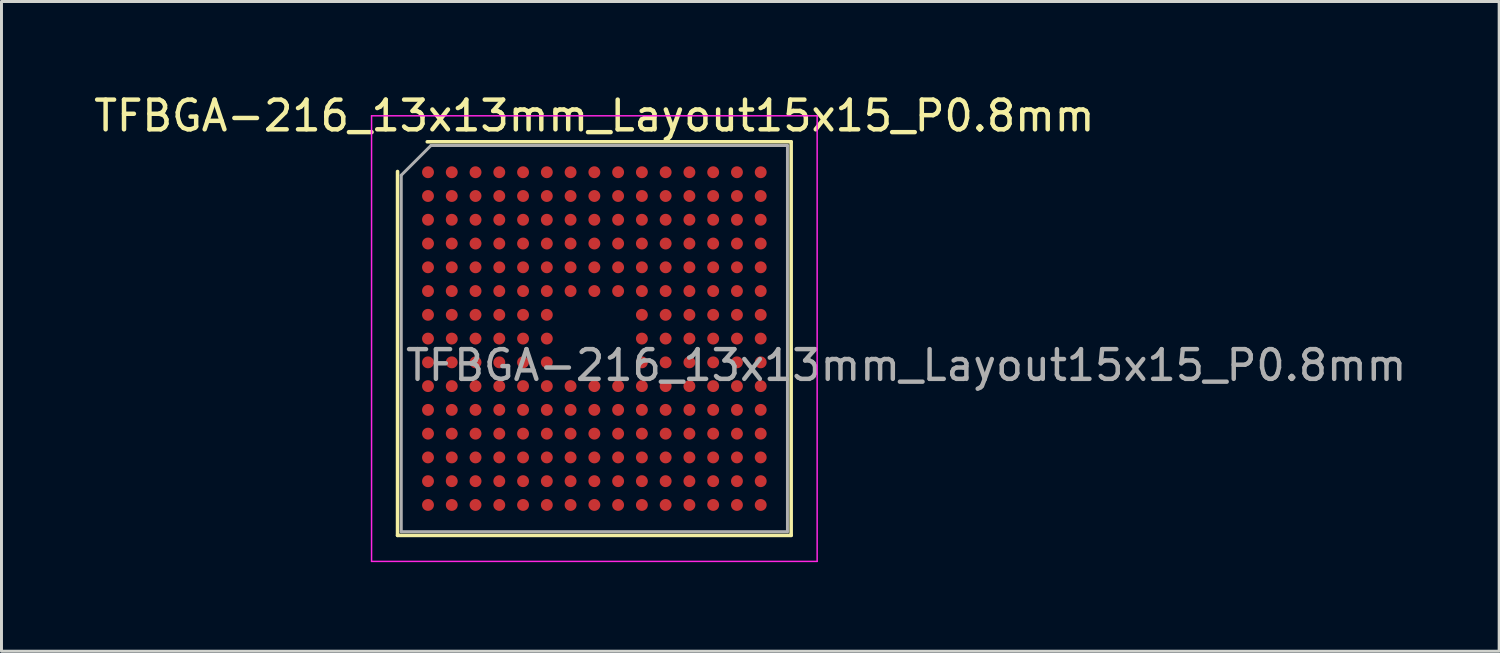
<source format=kicad_pcb>
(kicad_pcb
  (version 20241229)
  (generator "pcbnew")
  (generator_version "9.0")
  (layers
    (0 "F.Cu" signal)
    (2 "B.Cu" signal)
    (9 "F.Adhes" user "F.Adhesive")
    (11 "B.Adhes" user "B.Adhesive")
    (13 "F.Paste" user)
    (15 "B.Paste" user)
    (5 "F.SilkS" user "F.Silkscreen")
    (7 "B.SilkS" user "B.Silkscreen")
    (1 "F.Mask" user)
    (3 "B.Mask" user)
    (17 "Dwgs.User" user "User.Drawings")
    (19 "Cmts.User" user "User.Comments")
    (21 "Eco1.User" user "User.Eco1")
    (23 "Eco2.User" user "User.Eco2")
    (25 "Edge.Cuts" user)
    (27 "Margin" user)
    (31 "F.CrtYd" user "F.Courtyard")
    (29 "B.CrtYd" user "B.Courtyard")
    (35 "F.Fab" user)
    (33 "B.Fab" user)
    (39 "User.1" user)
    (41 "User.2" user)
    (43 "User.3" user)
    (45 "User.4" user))
  (footprint "TFBGA-216_13x13mm_Layout15x15_P0.8mm"
    (layer "F.Cu")
    (at 16.958 8.348)
    (property "Reference" "TFBGA-216_13x13mm_Layout15x15_P0.8mm" (at 0 -7.5 0) (layer "F.SilkS") (effects (font (size 1 1) (thickness 0.15))))
    (attr smd)
    (fp_line (start -6.625 6.625) (end -6.625 -5.625) (stroke (width 0.12) (type solid)) (layer "F.SilkS"))
    (fp_line (start -5.625 -6.625) (end 6.625 -6.625) (stroke (width 0.12) (type solid)) (layer "F.SilkS"))
    (fp_line (start 6.625 -6.625) (end 6.625 6.625) (stroke (width 0.12) (type solid)) (layer "F.SilkS"))
    (fp_line (start 6.625 6.625) (end -6.625 6.625) (stroke (width 0.12) (type solid)) (layer "F.SilkS"))
    (fp_line (start -7.5 -7.5) (end -7.5 7.5) (stroke (width 0.05) (type solid)) (layer "F.CrtYd"))
    (fp_line (start -7.5 7.5) (end 7.5 7.5) (stroke (width 0.05) (type solid)) (layer "F.CrtYd"))
    (fp_line (start 7.5 -7.5) (end -7.5 -7.5) (stroke (width 0.05) (type solid)) (layer "F.CrtYd"))
    (fp_line (start 7.5 7.5) (end 7.5 -7.5) (stroke (width 0.05) (type solid)) (layer "F.CrtYd"))
    (fp_line (start -6.5 -5.5) (end -5.5 -6.5) (stroke (width 0.1) (type solid)) (layer "F.Fab"))
    (fp_line (start -6.5 6.5) (end -6.5 -5.5) (stroke (width 0.1) (type solid)) (layer "F.Fab"))
    (fp_line (start -5.5 -6.5) (end 6.5 -6.5) (stroke (width 0.1) (type solid)) (layer "F.Fab"))
    (fp_line (start 6.5 -6.5) (end 6.5 6.5) (stroke (width 0.1) (type solid)) (layer "F.Fab"))
    (fp_line (start 6.5 6.5) (end -6.5 6.5) (stroke (width 0.1) (type solid)) (layer "F.Fab"))
    (fp_text user "${REFERENCE}" (at 10.5 0.9 0) (layer "F.Fab") (effects (font (size 1 1) (thickness 0.15))))
    (pad "A1" smd circle (at -5.6 -5.6) (size 0.4 0.4) (layers "F.Cu" "F.Mask" "F.Paste"))
    (pad "A2" smd circle (at -4.8 -5.6) (size 0.4 0.4) (layers "F.Cu" "F.Mask" "F.Paste"))
    (pad "A3" smd circle (at -4 -5.6) (size 0.4 0.4) (layers "F.Cu" "F.Mask" "F.Paste"))
    (pad "A4" smd circle (at -3.2 -5.6) (size 0.4 0.4) (layers "F.Cu" "F.Mask" "F.Paste"))
    (pad "A5" smd circle (at -2.4 -5.6) (size 0.4 0.4) (layers "F.Cu" "F.Mask" "F.Paste"))
    (pad "A6" smd circle (at -1.6 -5.6) (size 0.4 0.4) (layers "F.Cu" "F.Mask" "F.Paste"))
    (pad "A7" smd circle (at -0.8 -5.6) (size 0.4 0.4) (layers "F.Cu" "F.Mask" "F.Paste"))
    (pad "A8" smd circle (at 0 -5.6) (size 0.4 0.4) (layers "F.Cu" "F.Mask" "F.Paste"))
    (pad "A9" smd circle (at 0.8 -5.6) (size 0.4 0.4) (layers "F.Cu" "F.Mask" "F.Paste"))
    (pad "A10" smd circle (at 1.6 -5.6) (size 0.4 0.4) (layers "F.Cu" "F.Mask" "F.Paste"))
    (pad "A11" smd circle (at 2.4 -5.6) (size 0.4 0.4) (layers "F.Cu" "F.Mask" "F.Paste"))
    (pad "A12" smd circle (at 3.2 -5.6) (size 0.4 0.4) (layers "F.Cu" "F.Mask" "F.Paste"))
    (pad "A13" smd circle (at 4 -5.6) (size 0.4 0.4) (layers "F.Cu" "F.Mask" "F.Paste"))
    (pad "A14" smd circle (at 4.8 -5.6) (size 0.4 0.4) (layers "F.Cu" "F.Mask" "F.Paste"))
    (pad "A15" smd circle (at 5.6 -5.6) (size 0.4 0.4) (layers "F.Cu" "F.Mask" "F.Paste"))
    (pad "B1" smd circle (at -5.6 -4.8) (size 0.4 0.4) (layers "F.Cu" "F.Mask" "F.Paste"))
    (pad "B2" smd circle (at -4.8 -4.8) (size 0.4 0.4) (layers "F.Cu" "F.Mask" "F.Paste"))
    (pad "B3" smd circle (at -4 -4.8) (size 0.4 0.4) (layers "F.Cu" "F.Mask" "F.Paste"))
    (pad "B4" smd circle (at -3.2 -4.8) (size 0.4 0.4) (layers "F.Cu" "F.Mask" "F.Paste"))
    (pad "B5" smd circle (at -2.4 -4.8) (size 0.4 0.4) (layers "F.Cu" "F.Mask" "F.Paste"))
    (pad "B6" smd circle (at -1.6 -4.8) (size 0.4 0.4) (layers "F.Cu" "F.Mask" "F.Paste"))
    (pad "B7" smd circle (at -0.8 -4.8) (size 0.4 0.4) (layers "F.Cu" "F.Mask" "F.Paste"))
    (pad "B8" smd circle (at 0 -4.8) (size 0.4 0.4) (layers "F.Cu" "F.Mask" "F.Paste"))
    (pad "B9" smd circle (at 0.8 -4.8) (size 0.4 0.4) (layers "F.Cu" "F.Mask" "F.Paste"))
    (pad "B10" smd circle (at 1.6 -4.8) (size 0.4 0.4) (layers "F.Cu" "F.Mask" "F.Paste"))
    (pad "B11" smd circle (at 2.4 -4.8) (size 0.4 0.4) (layers "F.Cu" "F.Mask" "F.Paste"))
    (pad "B12" smd circle (at 3.2 -4.8) (size 0.4 0.4) (layers "F.Cu" "F.Mask" "F.Paste"))
    (pad "B13" smd circle (at 4 -4.8) (size 0.4 0.4) (layers "F.Cu" "F.Mask" "F.Paste"))
    (pad "B14" smd circle (at 4.8 -4.8) (size 0.4 0.4) (layers "F.Cu" "F.Mask" "F.Paste"))
    (pad "B15" smd circle (at 5.6 -4.8) (size 0.4 0.4) (layers "F.Cu" "F.Mask" "F.Paste"))
    (pad "C1" smd circle (at -5.6 -4) (size 0.4 0.4) (layers "F.Cu" "F.Mask" "F.Paste"))
    (pad "C2" smd circle (at -4.8 -4) (size 0.4 0.4) (layers "F.Cu" "F.Mask" "F.Paste"))
    (pad "C3" smd circle (at -4 -4) (size 0.4 0.4) (layers "F.Cu" "F.Mask" "F.Paste"))
    (pad "C4" smd circle (at -3.2 -4) (size 0.4 0.4) (layers "F.Cu" "F.Mask" "F.Paste"))
    (pad "C5" smd circle (at -2.4 -4) (size 0.4 0.4) (layers "F.Cu" "F.Mask" "F.Paste"))
    (pad "C6" smd circle (at -1.6 -4) (size 0.4 0.4) (layers "F.Cu" "F.Mask" "F.Paste"))
    (pad "C7" smd circle (at -0.8 -4) (size 0.4 0.4) (layers "F.Cu" "F.Mask" "F.Paste"))
    (pad "C8" smd circle (at 0 -4) (size 0.4 0.4) (layers "F.Cu" "F.Mask" "F.Paste"))
    (pad "C9" smd circle (at 0.8 -4) (size 0.4 0.4) (layers "F.Cu" "F.Mask" "F.Paste"))
    (pad "C10" smd circle (at 1.6 -4) (size 0.4 0.4) (layers "F.Cu" "F.Mask" "F.Paste"))
    (pad "C11" smd circle (at 2.4 -4) (size 0.4 0.4) (layers "F.Cu" "F.Mask" "F.Paste"))
    (pad "C12" smd circle (at 3.2 -4) (size 0.4 0.4) (layers "F.Cu" "F.Mask" "F.Paste"))
    (pad "C13" smd circle (at 4 -4) (size 0.4 0.4) (layers "F.Cu" "F.Mask" "F.Paste"))
    (pad "C14" smd circle (at 4.8 -4) (size 0.4 0.4) (layers "F.Cu" "F.Mask" "F.Paste"))
    (pad "C15" smd circle (at 5.6 -4) (size 0.4 0.4) (layers "F.Cu" "F.Mask" "F.Paste"))
    (pad "D1" smd circle (at -5.6 -3.2) (size 0.4 0.4) (layers "F.Cu" "F.Mask" "F.Paste"))
    (pad "D2" smd circle (at -4.8 -3.2) (size 0.4 0.4) (layers "F.Cu" "F.Mask" "F.Paste"))
    (pad "D3" smd circle (at -4 -3.2) (size 0.4 0.4) (layers "F.Cu" "F.Mask" "F.Paste"))
    (pad "D4" smd circle (at -3.2 -3.2) (size 0.4 0.4) (layers "F.Cu" "F.Mask" "F.Paste"))
    (pad "D5" smd circle (at -2.4 -3.2) (size 0.4 0.4) (layers "F.Cu" "F.Mask" "F.Paste"))
    (pad "D6" smd circle (at -1.6 -3.2) (size 0.4 0.4) (layers "F.Cu" "F.Mask" "F.Paste"))
    (pad "D7" smd circle (at -0.8 -3.2) (size 0.4 0.4) (layers "F.Cu" "F.Mask" "F.Paste"))
    (pad "D8" smd circle (at 0 -3.2) (size 0.4 0.4) (layers "F.Cu" "F.Mask" "F.Paste"))
    (pad "D9" smd circle (at 0.8 -3.2) (size 0.4 0.4) (layers "F.Cu" "F.Mask" "F.Paste"))
    (pad "D10" smd circle (at 1.6 -3.2) (size 0.4 0.4) (layers "F.Cu" "F.Mask" "F.Paste"))
    (pad "D11" smd circle (at 2.4 -3.2) (size 0.4 0.4) (layers "F.Cu" "F.Mask" "F.Paste"))
    (pad "D12" smd circle (at 3.2 -3.2) (size 0.4 0.4) (layers "F.Cu" "F.Mask" "F.Paste"))
    (pad "D13" smd circle (at 4 -3.2) (size 0.4 0.4) (layers "F.Cu" "F.Mask" "F.Paste"))
    (pad "D14" smd circle (at 4.8 -3.2) (size 0.4 0.4) (layers "F.Cu" "F.Mask" "F.Paste"))
    (pad "D15" smd circle (at 5.6 -3.2) (size 0.4 0.4) (layers "F.Cu" "F.Mask" "F.Paste"))
    (pad "E1" smd circle (at -5.6 -2.4) (size 0.4 0.4) (layers "F.Cu" "F.Mask" "F.Paste"))
    (pad "E2" smd circle (at -4.8 -2.4) (size 0.4 0.4) (layers "F.Cu" "F.Mask" "F.Paste"))
    (pad "E3" smd circle (at -4 -2.4) (size 0.4 0.4) (layers "F.Cu" "F.Mask" "F.Paste"))
    (pad "E4" smd circle (at -3.2 -2.4) (size 0.4 0.4) (layers "F.Cu" "F.Mask" "F.Paste"))
    (pad "E5" smd circle (at -2.4 -2.4) (size 0.4 0.4) (layers "F.Cu" "F.Mask" "F.Paste"))
    (pad "E6" smd circle (at -1.6 -2.4) (size 0.4 0.4) (layers "F.Cu" "F.Mask" "F.Paste"))
    (pad "E7" smd circle (at -0.8 -2.4) (size 0.4 0.4) (layers "F.Cu" "F.Mask" "F.Paste"))
    (pad "E8" smd circle (at 0 -2.4) (size 0.4 0.4) (layers "F.Cu" "F.Mask" "F.Paste"))
    (pad "E9" smd circle (at 0.8 -2.4) (size 0.4 0.4) (layers "F.Cu" "F.Mask" "F.Paste"))
    (pad "E10" smd circle (at 1.6 -2.4) (size 0.4 0.4) (layers "F.Cu" "F.Mask" "F.Paste"))
    (pad "E11" smd circle (at 2.4 -2.4) (size 0.4 0.4) (layers "F.Cu" "F.Mask" "F.Paste"))
    (pad "E12" smd circle (at 3.2 -2.4) (size 0.4 0.4) (layers "F.Cu" "F.Mask" "F.Paste"))
    (pad "E13" smd circle (at 4 -2.4) (size 0.4 0.4) (layers "F.Cu" "F.Mask" "F.Paste"))
    (pad "E14" smd circle (at 4.8 -2.4) (size 0.4 0.4) (layers "F.Cu" "F.Mask" "F.Paste"))
    (pad "E15" smd circle (at 5.6 -2.4) (size 0.4 0.4) (layers "F.Cu" "F.Mask" "F.Paste"))
    (pad "F1" smd circle (at -5.6 -1.6) (size 0.4 0.4) (layers "F.Cu" "F.Mask" "F.Paste"))
    (pad "F2" smd circle (at -4.8 -1.6) (size 0.4 0.4) (layers "F.Cu" "F.Mask" "F.Paste"))
    (pad "F3" smd circle (at -4 -1.6) (size 0.4 0.4) (layers "F.Cu" "F.Mask" "F.Paste"))
    (pad "F4" smd circle (at -3.2 -1.6) (size 0.4 0.4) (layers "F.Cu" "F.Mask" "F.Paste"))
    (pad "F5" smd circle (at -2.4 -1.6) (size 0.4 0.4) (layers "F.Cu" "F.Mask" "F.Paste"))
    (pad "F6" smd circle (at -1.6 -1.6) (size 0.4 0.4) (layers "F.Cu" "F.Mask" "F.Paste"))
    (pad "F7" smd circle (at -0.8 -1.6) (size 0.4 0.4) (layers "F.Cu" "F.Mask" "F.Paste"))
    (pad "F8" smd circle (at 0 -1.6) (size 0.4 0.4) (layers "F.Cu" "F.Mask" "F.Paste"))
    (pad "F9" smd circle (at 0.8 -1.6) (size 0.4 0.4) (layers "F.Cu" "F.Mask" "F.Paste"))
    (pad "F10" smd circle (at 1.6 -1.6) (size 0.4 0.4) (layers "F.Cu" "F.Mask" "F.Paste"))
    (pad "F11" smd circle (at 2.4 -1.6) (size 0.4 0.4) (layers "F.Cu" "F.Mask" "F.Paste"))
    (pad "F12" smd circle (at 3.2 -1.6) (size 0.4 0.4) (layers "F.Cu" "F.Mask" "F.Paste"))
    (pad "F13" smd circle (at 4 -1.6) (size 0.4 0.4) (layers "F.Cu" "F.Mask" "F.Paste"))
    (pad "F14" smd circle (at 4.8 -1.6) (size 0.4 0.4) (layers "F.Cu" "F.Mask" "F.Paste"))
    (pad "F15" smd circle (at 5.6 -1.6) (size 0.4 0.4) (layers "F.Cu" "F.Mask" "F.Paste"))
    (pad "G1" smd circle (at -5.6 -0.8) (size 0.4 0.4) (layers "F.Cu" "F.Mask" "F.Paste"))
    (pad "G2" smd circle (at -4.8 -0.8) (size 0.4 0.4) (layers "F.Cu" "F.Mask" "F.Paste"))
    (pad "G3" smd circle (at -4 -0.8) (size 0.4 0.4) (layers "F.Cu" "F.Mask" "F.Paste"))
    (pad "G4" smd circle (at -3.2 -0.8) (size 0.4 0.4) (layers "F.Cu" "F.Mask" "F.Paste"))
    (pad "G5" smd circle (at -2.4 -0.8) (size 0.4 0.4) (layers "F.Cu" "F.Mask" "F.Paste"))
    (pad "G6" smd circle (at -1.6 -0.8) (size 0.4 0.4) (layers "F.Cu" "F.Mask" "F.Paste"))
    (pad "G10" smd circle (at 1.6 -0.8) (size 0.4 0.4) (layers "F.Cu" "F.Mask" "F.Paste"))
    (pad "G11" smd circle (at 2.4 -0.8) (size 0.4 0.4) (layers "F.Cu" "F.Mask" "F.Paste"))
    (pad "G12" smd circle (at 3.2 -0.8) (size 0.4 0.4) (layers "F.Cu" "F.Mask" "F.Paste"))
    (pad "G13" smd circle (at 4 -0.8) (size 0.4 0.4) (layers "F.Cu" "F.Mask" "F.Paste"))
    (pad "G14" smd circle (at 4.8 -0.8) (size 0.4 0.4) (layers "F.Cu" "F.Mask" "F.Paste"))
    (pad "G15" smd circle (at 5.6 -0.8) (size 0.4 0.4) (layers "F.Cu" "F.Mask" "F.Paste"))
    (pad "H1" smd circle (at -5.6 0) (size 0.4 0.4) (layers "F.Cu" "F.Mask" "F.Paste"))
    (pad "H2" smd circle (at -4.8 0) (size 0.4 0.4) (layers "F.Cu" "F.Mask" "F.Paste"))
    (pad "H3" smd circle (at -4 0) (size 0.4 0.4) (layers "F.Cu" "F.Mask" "F.Paste"))
    (pad "H4" smd circle (at -3.2 0) (size 0.4 0.4) (layers "F.Cu" "F.Mask" "F.Paste"))
    (pad "H5" smd circle (at -2.4 0) (size 0.4 0.4) (layers "F.Cu" "F.Mask" "F.Paste"))
    (pad "H6" smd circle (at -1.6 0) (size 0.4 0.4) (layers "F.Cu" "F.Mask" "F.Paste"))
    (pad "H10" smd circle (at 1.6 0) (size 0.4 0.4) (layers "F.Cu" "F.Mask" "F.Paste"))
    (pad "H11" smd circle (at 2.4 0) (size 0.4 0.4) (layers "F.Cu" "F.Mask" "F.Paste"))
    (pad "H12" smd circle (at 3.2 0) (size 0.4 0.4) (layers "F.Cu" "F.Mask" "F.Paste"))
    (pad "H13" smd circle (at 4 0) (size 0.4 0.4) (layers "F.Cu" "F.Mask" "F.Paste"))
    (pad "H14" smd circle (at 4.8 0) (size 0.4 0.4) (layers "F.Cu" "F.Mask" "F.Paste"))
    (pad "H15" smd circle (at 5.6 0) (size 0.4 0.4) (layers "F.Cu" "F.Mask" "F.Paste"))
    (pad "J1" smd circle (at -5.6 0.8) (size 0.4 0.4) (layers "F.Cu" "F.Mask" "F.Paste"))
    (pad "J2" smd circle (at -4.8 0.8) (size 0.4 0.4) (layers "F.Cu" "F.Mask" "F.Paste"))
    (pad "J3" smd circle (at -4 0.8) (size 0.4 0.4) (layers "F.Cu" "F.Mask" "F.Paste"))
    (pad "J4" smd circle (at -3.2 0.8) (size 0.4 0.4) (layers "F.Cu" "F.Mask" "F.Paste"))
    (pad "J5" smd circle (at -2.4 0.8) (size 0.4 0.4) (layers "F.Cu" "F.Mask" "F.Paste"))
    (pad "J6" smd circle (at -1.6 0.8) (size 0.4 0.4) (layers "F.Cu" "F.Mask" "F.Paste"))
    (pad "J10" smd circle (at 1.6 0.8) (size 0.4 0.4) (layers "F.Cu" "F.Mask" "F.Paste"))
    (pad "J11" smd circle (at 2.4 0.8) (size 0.4 0.4) (layers "F.Cu" "F.Mask" "F.Paste"))
    (pad "J12" smd circle (at 3.2 0.8) (size 0.4 0.4) (layers "F.Cu" "F.Mask" "F.Paste"))
    (pad "J13" smd circle (at 4 0.8) (size 0.4 0.4) (layers "F.Cu" "F.Mask" "F.Paste"))
    (pad "J14" smd circle (at 4.8 0.8) (size 0.4 0.4) (layers "F.Cu" "F.Mask" "F.Paste"))
    (pad "J15" smd circle (at 5.6 0.8) (size 0.4 0.4) (layers "F.Cu" "F.Mask" "F.Paste"))
    (pad "K1" smd circle (at -5.6 1.6) (size 0.4 0.4) (layers "F.Cu" "F.Mask" "F.Paste"))
    (pad "K2" smd circle (at -4.8 1.6) (size 0.4 0.4) (layers "F.Cu" "F.Mask" "F.Paste"))
    (pad "K3" smd circle (at -4 1.6) (size 0.4 0.4) (layers "F.Cu" "F.Mask" "F.Paste"))
    (pad "K4" smd circle (at -3.2 1.6) (size 0.4 0.4) (layers "F.Cu" "F.Mask" "F.Paste"))
    (pad "K5" smd circle (at -2.4 1.6) (size 0.4 0.4) (layers "F.Cu" "F.Mask" "F.Paste"))
    (pad "K6" smd circle (at -1.6 1.6) (size 0.4 0.4) (layers "F.Cu" "F.Mask" "F.Paste"))
    (pad "K7" smd circle (at -0.8 1.6) (size 0.4 0.4) (layers "F.Cu" "F.Mask" "F.Paste"))
    (pad "K8" smd circle (at 0 1.6) (size 0.4 0.4) (layers "F.Cu" "F.Mask" "F.Paste"))
    (pad "K9" smd circle (at 0.8 1.6) (size 0.4 0.4) (layers "F.Cu" "F.Mask" "F.Paste"))
    (pad "K10" smd circle (at 1.6 1.6) (size 0.4 0.4) (layers "F.Cu" "F.Mask" "F.Paste"))
    (pad "K11" smd circle (at 2.4 1.6) (size 0.4 0.4) (layers "F.Cu" "F.Mask" "F.Paste"))
    (pad "K12" smd circle (at 3.2 1.6) (size 0.4 0.4) (layers "F.Cu" "F.Mask" "F.Paste"))
    (pad "K13" smd circle (at 4 1.6) (size 0.4 0.4) (layers "F.Cu" "F.Mask" "F.Paste"))
    (pad "K14" smd circle (at 4.8 1.6) (size 0.4 0.4) (layers "F.Cu" "F.Mask" "F.Paste"))
    (pad "K15" smd circle (at 5.6 1.6) (size 0.4 0.4) (layers "F.Cu" "F.Mask" "F.Paste"))
    (pad "L1" smd circle (at -5.6 2.4) (size 0.4 0.4) (layers "F.Cu" "F.Mask" "F.Paste"))
    (pad "L2" smd circle (at -4.8 2.4) (size 0.4 0.4) (layers "F.Cu" "F.Mask" "F.Paste"))
    (pad "L3" smd circle (at -4 2.4) (size 0.4 0.4) (layers "F.Cu" "F.Mask" "F.Paste"))
    (pad "L4" smd circle (at -3.2 2.4) (size 0.4 0.4) (layers "F.Cu" "F.Mask" "F.Paste"))
    (pad "L5" smd circle (at -2.4 2.4) (size 0.4 0.4) (layers "F.Cu" "F.Mask" "F.Paste"))
    (pad "L6" smd circle (at -1.6 2.4) (size 0.4 0.4) (layers "F.Cu" "F.Mask" "F.Paste"))
    (pad "L7" smd circle (at -0.8 2.4) (size 0.4 0.4) (layers "F.Cu" "F.Mask" "F.Paste"))
    (pad "L8" smd circle (at 0 2.4) (size 0.4 0.4) (layers "F.Cu" "F.Mask" "F.Paste"))
    (pad "L9" smd circle (at 0.8 2.4) (size 0.4 0.4) (layers "F.Cu" "F.Mask" "F.Paste"))
    (pad "L10" smd circle (at 1.6 2.4) (size 0.4 0.4) (layers "F.Cu" "F.Mask" "F.Paste"))
    (pad "L11" smd circle (at 2.4 2.4) (size 0.4 0.4) (layers "F.Cu" "F.Mask" "F.Paste"))
    (pad "L12" smd circle (at 3.2 2.4) (size 0.4 0.4) (layers "F.Cu" "F.Mask" "F.Paste"))
    (pad "L13" smd circle (at 4 2.4) (size 0.4 0.4) (layers "F.Cu" "F.Mask" "F.Paste"))
    (pad "L14" smd circle (at 4.8 2.4) (size 0.4 0.4) (layers "F.Cu" "F.Mask" "F.Paste"))
    (pad "L15" smd circle (at 5.6 2.4) (size 0.4 0.4) (layers "F.Cu" "F.Mask" "F.Paste"))
    (pad "M1" smd circle (at -5.6 3.2) (size 0.4 0.4) (layers "F.Cu" "F.Mask" "F.Paste"))
    (pad "M2" smd circle (at -4.8 3.2) (size 0.4 0.4) (layers "F.Cu" "F.Mask" "F.Paste"))
    (pad "M3" smd circle (at -4 3.2) (size 0.4 0.4) (layers "F.Cu" "F.Mask" "F.Paste"))
    (pad "M4" smd circle (at -3.2 3.2) (size 0.4 0.4) (layers "F.Cu" "F.Mask" "F.Paste"))
    (pad "M5" smd circle (at -2.4 3.2) (size 0.4 0.4) (layers "F.Cu" "F.Mask" "F.Paste"))
    (pad "M6" smd circle (at -1.6 3.2) (size 0.4 0.4) (layers "F.Cu" "F.Mask" "F.Paste"))
    (pad "M7" smd circle (at -0.8 3.2) (size 0.4 0.4) (layers "F.Cu" "F.Mask" "F.Paste"))
    (pad "M8" smd circle (at 0 3.2) (size 0.4 0.4) (layers "F.Cu" "F.Mask" "F.Paste"))
    (pad "M9" smd circle (at 0.8 3.2) (size 0.4 0.4) (layers "F.Cu" "F.Mask" "F.Paste"))
    (pad "M10" smd circle (at 1.6 3.2) (size 0.4 0.4) (layers "F.Cu" "F.Mask" "F.Paste"))
    (pad "M11" smd circle (at 2.4 3.2) (size 0.4 0.4) (layers "F.Cu" "F.Mask" "F.Paste"))
    (pad "M12" smd circle (at 3.2 3.2) (size 0.4 0.4) (layers "F.Cu" "F.Mask" "F.Paste"))
    (pad "M13" smd circle (at 4 3.2) (size 0.4 0.4) (layers "F.Cu" "F.Mask" "F.Paste"))
    (pad "M14" smd circle (at 4.8 3.2) (size 0.4 0.4) (layers "F.Cu" "F.Mask" "F.Paste"))
    (pad "M15" smd circle (at 5.6 3.2) (size 0.4 0.4) (layers "F.Cu" "F.Mask" "F.Paste"))
    (pad "N1" smd circle (at -5.6 4) (size 0.4 0.4) (layers "F.Cu" "F.Mask" "F.Paste"))
    (pad "N2" smd circle (at -4.8 4) (size 0.4 0.4) (layers "F.Cu" "F.Mask" "F.Paste"))
    (pad "N3" smd circle (at -4 4) (size 0.4 0.4) (layers "F.Cu" "F.Mask" "F.Paste"))
    (pad "N4" smd circle (at -3.2 4) (size 0.4 0.4) (layers "F.Cu" "F.Mask" "F.Paste"))
    (pad "N5" smd circle (at -2.4 4) (size 0.4 0.4) (layers "F.Cu" "F.Mask" "F.Paste"))
    (pad "N6" smd circle (at -1.6 4) (size 0.4 0.4) (layers "F.Cu" "F.Mask" "F.Paste"))
    (pad "N7" smd circle (at -0.8 4) (size 0.4 0.4) (layers "F.Cu" "F.Mask" "F.Paste"))
    (pad "N8" smd circle (at 0 4) (size 0.4 0.4) (layers "F.Cu" "F.Mask" "F.Paste"))
    (pad "N9" smd circle (at 0.8 4) (size 0.4 0.4) (layers "F.Cu" "F.Mask" "F.Paste"))
    (pad "N10" smd circle (at 1.6 4) (size 0.4 0.4) (layers "F.Cu" "F.Mask" "F.Paste"))
    (pad "N11" smd circle (at 2.4 4) (size 0.4 0.4) (layers "F.Cu" "F.Mask" "F.Paste"))
    (pad "N12" smd circle (at 3.2 4) (size 0.4 0.4) (layers "F.Cu" "F.Mask" "F.Paste"))
    (pad "N13" smd circle (at 4 4) (size 0.4 0.4) (layers "F.Cu" "F.Mask" "F.Paste"))
    (pad "N14" smd circle (at 4.8 4) (size 0.4 0.4) (layers "F.Cu" "F.Mask" "F.Paste"))
    (pad "N15" smd circle (at 5.6 4) (size 0.4 0.4) (layers "F.Cu" "F.Mask" "F.Paste"))
    (pad "P1" smd circle (at -5.6 4.8) (size 0.4 0.4) (layers "F.Cu" "F.Mask" "F.Paste"))
    (pad "P2" smd circle (at -4.8 4.8) (size 0.4 0.4) (layers "F.Cu" "F.Mask" "F.Paste"))
    (pad "P3" smd circle (at -4 4.8) (size 0.4 0.4) (layers "F.Cu" "F.Mask" "F.Paste"))
    (pad "P4" smd circle (at -3.2 4.8) (size 0.4 0.4) (layers "F.Cu" "F.Mask" "F.Paste"))
    (pad "P5" smd circle (at -2.4 4.8) (size 0.4 0.4) (layers "F.Cu" "F.Mask" "F.Paste"))
    (pad "P6" smd circle (at -1.6 4.8) (size 0.4 0.4) (layers "F.Cu" "F.Mask" "F.Paste"))
    (pad "P7" smd circle (at -0.8 4.8) (size 0.4 0.4) (layers "F.Cu" "F.Mask" "F.Paste"))
    (pad "P8" smd circle (at 0 4.8) (size 0.4 0.4) (layers "F.Cu" "F.Mask" "F.Paste"))
    (pad "P9" smd circle (at 0.8 4.8) (size 0.4 0.4) (layers "F.Cu" "F.Mask" "F.Paste"))
    (pad "P10" smd circle (at 1.6 4.8) (size 0.4 0.4) (layers "F.Cu" "F.Mask" "F.Paste"))
    (pad "P11" smd circle (at 2.4 4.8) (size 0.4 0.4) (layers "F.Cu" "F.Mask" "F.Paste"))
    (pad "P12" smd circle (at 3.2 4.8) (size 0.4 0.4) (layers "F.Cu" "F.Mask" "F.Paste"))
    (pad "P13" smd circle (at 4 4.8) (size 0.4 0.4) (layers "F.Cu" "F.Mask" "F.Paste"))
    (pad "P14" smd circle (at 4.8 4.8) (size 0.4 0.4) (layers "F.Cu" "F.Mask" "F.Paste"))
    (pad "P15" smd circle (at 5.6 4.8) (size 0.4 0.4) (layers "F.Cu" "F.Mask" "F.Paste"))
    (pad "R1" smd circle (at -5.6 5.6) (size 0.4 0.4) (layers "F.Cu" "F.Mask" "F.Paste"))
    (pad "R2" smd circle (at -4.8 5.6) (size 0.4 0.4) (layers "F.Cu" "F.Mask" "F.Paste"))
    (pad "R3" smd circle (at -4 5.6) (size 0.4 0.4) (layers "F.Cu" "F.Mask" "F.Paste"))
    (pad "R4" smd circle (at -3.2 5.6) (size 0.4 0.4) (layers "F.Cu" "F.Mask" "F.Paste"))
    (pad "R5" smd circle (at -2.4 5.6) (size 0.4 0.4) (layers "F.Cu" "F.Mask" "F.Paste"))
    (pad "R6" smd circle (at -1.6 5.6) (size 0.4 0.4) (layers "F.Cu" "F.Mask" "F.Paste"))
    (pad "R7" smd circle (at -0.8 5.6) (size 0.4 0.4) (layers "F.Cu" "F.Mask" "F.Paste"))
    (pad "R8" smd circle (at 0 5.6) (size 0.4 0.4) (layers "F.Cu" "F.Mask" "F.Paste"))
    (pad "R9" smd circle (at 0.8 5.6) (size 0.4 0.4) (layers "F.Cu" "F.Mask" "F.Paste"))
    (pad "R10" smd circle (at 1.6 5.6) (size 0.4 0.4) (layers "F.Cu" "F.Mask" "F.Paste"))
    (pad "R11" smd circle (at 2.4 5.6) (size 0.4 0.4) (layers "F.Cu" "F.Mask" "F.Paste"))
    (pad "R12" smd circle (at 3.2 5.6) (size 0.4 0.4) (layers "F.Cu" "F.Mask" "F.Paste"))
    (pad "R13" smd circle (at 4 5.6) (size 0.4 0.4) (layers "F.Cu" "F.Mask" "F.Paste"))
    (pad "R14" smd circle (at 4.8 5.6) (size 0.4 0.4) (layers "F.Cu" "F.Mask" "F.Paste"))
    (pad "R15" smd circle (at 5.6 5.6) (size 0.4 0.4) (layers "F.Cu" "F.Mask" "F.Paste")))
  (gr_rect
    (start -3 -3)
    (end 47.417 18.873)
    (stroke (width 0.1) (type default))
    (fill no)
    (layer "Edge.Cuts")))
</source>
